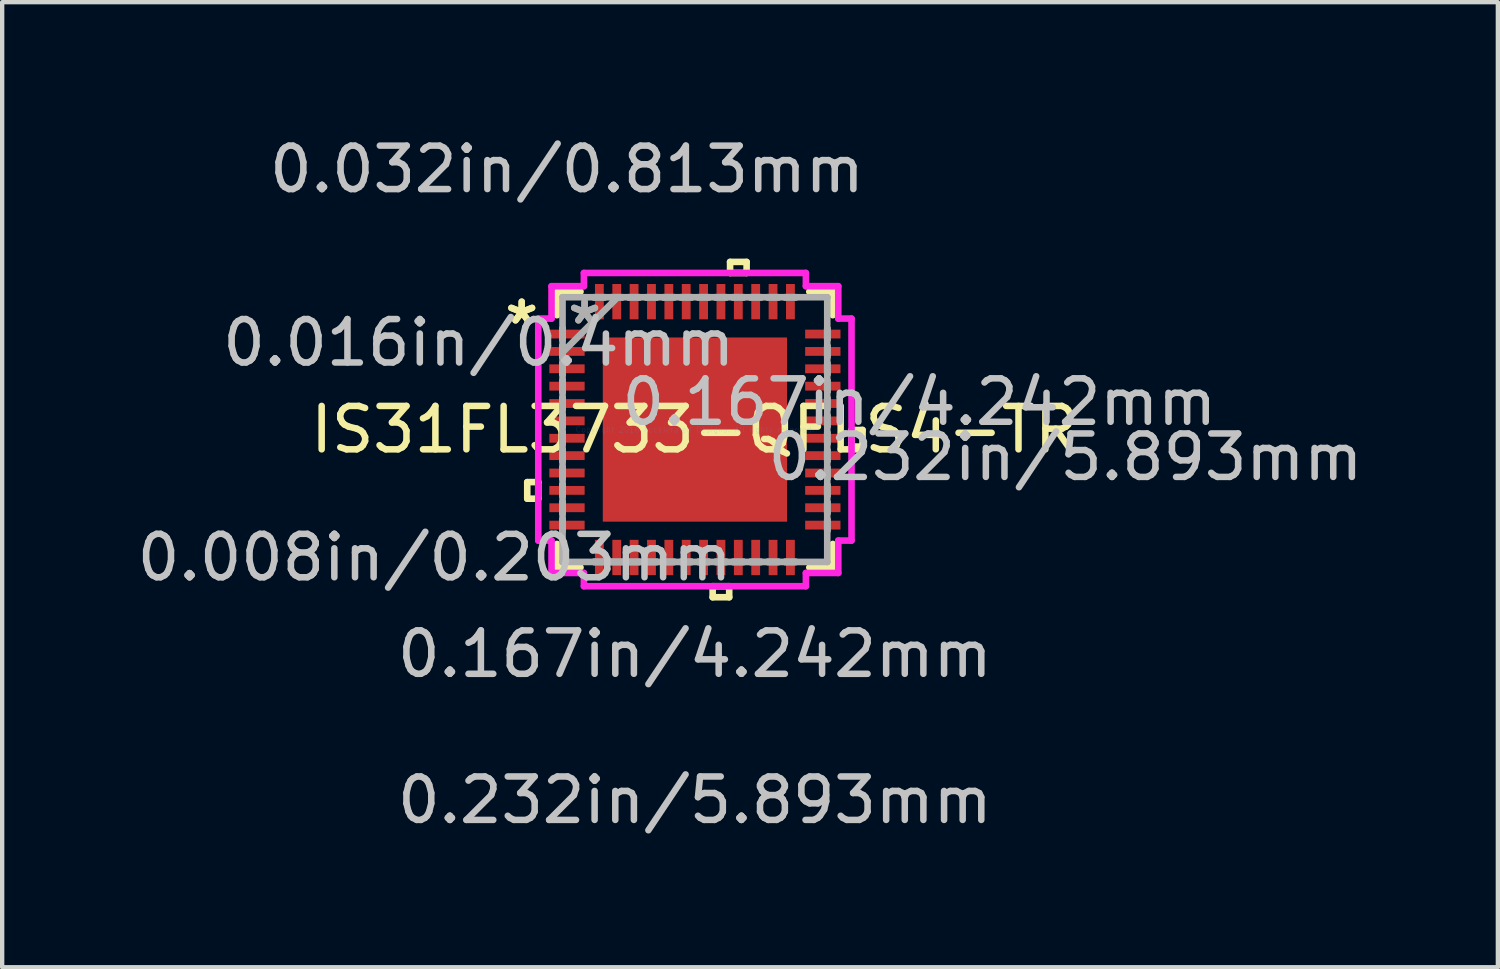
<source format=kicad_pcb>
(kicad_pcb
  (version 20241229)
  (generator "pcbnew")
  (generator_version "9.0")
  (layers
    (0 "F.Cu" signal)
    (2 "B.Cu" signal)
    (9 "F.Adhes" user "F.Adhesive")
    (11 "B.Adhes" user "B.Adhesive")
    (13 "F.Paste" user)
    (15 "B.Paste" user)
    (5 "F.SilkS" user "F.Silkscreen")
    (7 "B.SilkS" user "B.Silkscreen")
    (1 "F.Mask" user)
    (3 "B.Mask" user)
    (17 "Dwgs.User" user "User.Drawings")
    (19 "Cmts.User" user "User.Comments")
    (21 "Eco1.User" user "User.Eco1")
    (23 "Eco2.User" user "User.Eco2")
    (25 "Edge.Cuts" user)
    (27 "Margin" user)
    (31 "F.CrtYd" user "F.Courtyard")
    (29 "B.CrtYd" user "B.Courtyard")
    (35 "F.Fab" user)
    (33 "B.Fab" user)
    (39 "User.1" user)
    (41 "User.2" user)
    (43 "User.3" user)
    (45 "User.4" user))
  (footprint "IS31FL3733-QFLS4-TR"
    (layer "F.Cu")
    (at 12.953 6.843)
    (property "Reference" "IS31FL3733-QFLS4-TR" (at 0 0 0) (layer "F.SilkS") (effects (font (size 1 1) (thickness 0.15))))
    (attr through_hole)
    (fp_line (start -3.861 1.21) (end -3.861 1.591) (stroke (width 0.152) (type solid)) (layer "F.SilkS"))
    (fp_line (start -3.861 1.591) (end -3.607 1.591) (stroke (width 0.152) (type solid)) (layer "F.SilkS"))
    (fp_line (start -3.607 1.21) (end -3.861 1.21) (stroke (width 0.152) (type solid)) (layer "F.SilkS"))
    (fp_line (start -3.607 1.591) (end -3.607 1.21) (stroke (width 0.152) (type solid)) (layer "F.SilkS"))
    (fp_line (start -3.175 -3.175) (end -3.175 -2.634) (stroke (width 0.152) (type solid)) (layer "F.SilkS"))
    (fp_line (start -3.175 2.634) (end -3.175 3.175) (stroke (width 0.152) (type solid)) (layer "F.SilkS"))
    (fp_line (start -3.175 3.175) (end -2.634 3.175) (stroke (width 0.152) (type solid)) (layer "F.SilkS"))
    (fp_line (start -2.634 -3.175) (end -3.175 -3.175) (stroke (width 0.152) (type solid)) (layer "F.SilkS"))
    (fp_line (start 0.409 3.607) (end 0.409 3.861) (stroke (width 0.152) (type solid)) (layer "F.SilkS"))
    (fp_line (start 0.409 3.861) (end 0.79 3.861) (stroke (width 0.152) (type solid)) (layer "F.SilkS"))
    (fp_line (start 0.79 3.607) (end 0.409 3.607) (stroke (width 0.152) (type solid)) (layer "F.SilkS"))
    (fp_line (start 0.79 3.861) (end 0.79 3.607) (stroke (width 0.152) (type solid)) (layer "F.SilkS"))
    (fp_line (start 0.81 -3.861) (end 1.191 -3.861) (stroke (width 0.152) (type solid)) (layer "F.SilkS"))
    (fp_line (start 0.81 -3.607) (end 0.81 -3.861) (stroke (width 0.152) (type solid)) (layer "F.SilkS"))
    (fp_line (start 1.191 -3.861) (end 1.191 -3.607) (stroke (width 0.152) (type solid)) (layer "F.SilkS"))
    (fp_line (start 1.191 -3.607) (end 0.81 -3.607) (stroke (width 0.152) (type solid)) (layer "F.SilkS"))
    (fp_line (start 2.634 3.175) (end 3.175 3.175) (stroke (width 0.152) (type solid)) (layer "F.SilkS"))
    (fp_line (start 3.175 -3.175) (end 2.634 -3.175) (stroke (width 0.152) (type solid)) (layer "F.SilkS"))
    (fp_line (start 3.175 -2.634) (end 3.175 -3.175) (stroke (width 0.152) (type solid)) (layer "F.SilkS"))
    (fp_line (start 3.175 3.175) (end 3.175 2.634) (stroke (width 0.152) (type solid)) (layer "F.SilkS"))
    (fp_line (start 3.607 0.009) (end 3.861 0.009) (stroke (width 0.152) (type solid)) (layer "F.SilkS"))
    (fp_line (start 3.607 0.391) (end 3.607 0.009) (stroke (width 0.152) (type solid)) (layer "F.SilkS"))
    (fp_line (start 3.861 0.009) (end 3.861 0.391) (stroke (width 0.152) (type solid)) (layer "F.SilkS"))
    (fp_line (start 3.861 0.391) (end 3.607 0.391) (stroke (width 0.152) (type solid)) (layer "F.SilkS"))
    (fp_line (start -2.021 -2.021) (end -2.021 -0.807) (stroke (width 0.152) (type solid)) (layer "F.Paste"))
    (fp_line (start -2.021 -0.807) (end -0.807 -0.807) (stroke (width 0.152) (type solid)) (layer "F.Paste"))
    (fp_line (start -2.021 -0.607) (end -2.021 0.607) (stroke (width 0.152) (type solid)) (layer "F.Paste"))
    (fp_line (start -2.021 0.607) (end -0.807 0.607) (stroke (width 0.152) (type solid)) (layer "F.Paste"))
    (fp_line (start -2.021 0.807) (end -2.021 2.021) (stroke (width 0.152) (type solid)) (layer "F.Paste"))
    (fp_line (start -2.021 2.021) (end -0.807 2.021) (stroke (width 0.152) (type solid)) (layer "F.Paste"))
    (fp_line (start -0.807 -2.021) (end -2.021 -2.021) (stroke (width 0.152) (type solid)) (layer "F.Paste"))
    (fp_line (start -0.807 -0.807) (end -0.807 -2.021) (stroke (width 0.152) (type solid)) (layer "F.Paste"))
    (fp_line (start -0.807 -0.607) (end -2.021 -0.607) (stroke (width 0.152) (type solid)) (layer "F.Paste"))
    (fp_line (start -0.807 0.607) (end -0.807 -0.607) (stroke (width 0.152) (type solid)) (layer "F.Paste"))
    (fp_line (start -0.807 0.807) (end -2.021 0.807) (stroke (width 0.152) (type solid)) (layer "F.Paste"))
    (fp_line (start -0.807 2.021) (end -0.807 0.807) (stroke (width 0.152) (type solid)) (layer "F.Paste"))
    (fp_line (start -0.607 -2.021) (end -0.607 -0.807) (stroke (width 0.152) (type solid)) (layer "F.Paste"))
    (fp_line (start -0.607 -0.807) (end 0.607 -0.807) (stroke (width 0.152) (type solid)) (layer "F.Paste"))
    (fp_line (start -0.607 -0.607) (end -0.607 0.607) (stroke (width 0.152) (type solid)) (layer "F.Paste"))
    (fp_line (start -0.607 0.607) (end 0.607 0.607) (stroke (width 0.152) (type solid)) (layer "F.Paste"))
    (fp_line (start -0.607 0.807) (end -0.607 2.021) (stroke (width 0.152) (type solid)) (layer "F.Paste"))
    (fp_line (start -0.607 2.021) (end 0.607 2.021) (stroke (width 0.152) (type solid)) (layer "F.Paste"))
    (fp_line (start 0.607 -2.021) (end -0.607 -2.021) (stroke (width 0.152) (type solid)) (layer "F.Paste"))
    (fp_line (start 0.607 -0.807) (end 0.607 -2.021) (stroke (width 0.152) (type solid)) (layer "F.Paste"))
    (fp_line (start 0.607 -0.607) (end -0.607 -0.607) (stroke (width 0.152) (type solid)) (layer "F.Paste"))
    (fp_line (start 0.607 0.607) (end 0.607 -0.607) (stroke (width 0.152) (type solid)) (layer "F.Paste"))
    (fp_line (start 0.607 0.807) (end -0.607 0.807) (stroke (width 0.152) (type solid)) (layer "F.Paste"))
    (fp_line (start 0.607 2.021) (end 0.607 0.807) (stroke (width 0.152) (type solid)) (layer "F.Paste"))
    (fp_line (start 0.807 -2.021) (end 0.807 -0.807) (stroke (width 0.152) (type solid)) (layer "F.Paste"))
    (fp_line (start 0.807 -0.807) (end 2.021 -0.807) (stroke (width 0.152) (type solid)) (layer "F.Paste"))
    (fp_line (start 0.807 -0.607) (end 0.807 0.607) (stroke (width 0.152) (type solid)) (layer "F.Paste"))
    (fp_line (start 0.807 0.607) (end 2.021 0.607) (stroke (width 0.152) (type solid)) (layer "F.Paste"))
    (fp_line (start 0.807 0.807) (end 0.807 2.021) (stroke (width 0.152) (type solid)) (layer "F.Paste"))
    (fp_line (start 0.807 2.021) (end 2.021 2.021) (stroke (width 0.152) (type solid)) (layer "F.Paste"))
    (fp_line (start 2.021 -2.021) (end 0.807 -2.021) (stroke (width 0.152) (type solid)) (layer "F.Paste"))
    (fp_line (start 2.021 -0.807) (end 2.021 -2.021) (stroke (width 0.152) (type solid)) (layer "F.Paste"))
    (fp_line (start 2.021 -0.607) (end 0.807 -0.607) (stroke (width 0.152) (type solid)) (layer "F.Paste"))
    (fp_line (start 2.021 0.607) (end 2.021 -0.607) (stroke (width 0.152) (type solid)) (layer "F.Paste"))
    (fp_line (start 2.021 0.807) (end 0.807 0.807) (stroke (width 0.152) (type solid)) (layer "F.Paste"))
    (fp_line (start 2.021 2.021) (end 2.021 0.807) (stroke (width 0.152) (type solid)) (layer "F.Paste"))
    (fp_line (start -3.607 -2.556) (end -3.302 -2.556) (stroke (width 0.152) (type solid)) (layer "F.CrtYd"))
    (fp_line (start -3.607 2.556) (end -3.607 -2.556) (stroke (width 0.152) (type solid)) (layer "F.CrtYd"))
    (fp_line (start -3.302 -3.302) (end -2.556 -3.302) (stroke (width 0.152) (type solid)) (layer "F.CrtYd"))
    (fp_line (start -3.302 -2.556) (end -3.302 -3.302) (stroke (width 0.152) (type solid)) (layer "F.CrtYd"))
    (fp_line (start -3.302 2.556) (end -3.607 2.556) (stroke (width 0.152) (type solid)) (layer "F.CrtYd"))
    (fp_line (start -3.302 3.302) (end -3.302 2.556) (stroke (width 0.152) (type solid)) (layer "F.CrtYd"))
    (fp_line (start -2.556 -3.607) (end 2.556 -3.607) (stroke (width 0.152) (type solid)) (layer "F.CrtYd"))
    (fp_line (start -2.556 -3.302) (end -2.556 -3.607) (stroke (width 0.152) (type solid)) (layer "F.CrtYd"))
    (fp_line (start -2.556 3.302) (end -3.302 3.302) (stroke (width 0.152) (type solid)) (layer "F.CrtYd"))
    (fp_line (start -2.556 3.607) (end -2.556 3.302) (stroke (width 0.152) (type solid)) (layer "F.CrtYd"))
    (fp_line (start 2.556 -3.607) (end 2.556 -3.302) (stroke (width 0.152) (type solid)) (layer "F.CrtYd"))
    (fp_line (start 2.556 -3.302) (end 3.302 -3.302) (stroke (width 0.152) (type solid)) (layer "F.CrtYd"))
    (fp_line (start 2.556 3.302) (end 2.556 3.607) (stroke (width 0.152) (type solid)) (layer "F.CrtYd"))
    (fp_line (start 2.556 3.607) (end -2.556 3.607) (stroke (width 0.152) (type solid)) (layer "F.CrtYd"))
    (fp_line (start 3.302 -3.302) (end 3.302 -2.556) (stroke (width 0.152) (type solid)) (layer "F.CrtYd"))
    (fp_line (start 3.302 -2.556) (end 3.607 -2.556) (stroke (width 0.152) (type solid)) (layer "F.CrtYd"))
    (fp_line (start 3.302 2.556) (end 3.302 3.302) (stroke (width 0.152) (type solid)) (layer "F.CrtYd"))
    (fp_line (start 3.302 3.302) (end 2.556 3.302) (stroke (width 0.152) (type solid)) (layer "F.CrtYd"))
    (fp_line (start 3.607 -2.556) (end 3.607 2.556) (stroke (width 0.152) (type solid)) (layer "F.CrtYd"))
    (fp_line (start 3.607 2.556) (end 3.302 2.556) (stroke (width 0.152) (type solid)) (layer "F.CrtYd"))
    (fp_line (start -3.048 -3.048) (end -3.048 -3.048) (stroke (width 0.152) (type solid)) (layer "F.Fab"))
    (fp_line (start -3.048 -3.048) (end -3.048 3.048) (stroke (width 0.152) (type solid)) (layer "F.Fab"))
    (fp_line (start -3.048 -2.327) (end -3.048 -2.327) (stroke (width 0.152) (type solid)) (layer "F.Fab"))
    (fp_line (start -3.048 -2.327) (end -3.048 -2.073) (stroke (width 0.152) (type solid)) (layer "F.Fab"))
    (fp_line (start -3.048 -2.073) (end -3.048 -2.327) (stroke (width 0.152) (type solid)) (layer "F.Fab"))
    (fp_line (start -3.048 -2.073) (end -3.048 -2.073) (stroke (width 0.152) (type solid)) (layer "F.Fab"))
    (fp_line (start -3.048 -1.927) (end -3.048 -1.927) (stroke (width 0.152) (type solid)) (layer "F.Fab"))
    (fp_line (start -3.048 -1.927) (end -3.048 -1.673) (stroke (width 0.152) (type solid)) (layer "F.Fab"))
    (fp_line (start -3.048 -1.778) (end -1.778 -3.048) (stroke (width 0.152) (type solid)) (layer "F.Fab"))
    (fp_line (start -3.048 -1.673) (end -3.048 -1.927) (stroke (width 0.152) (type solid)) (layer "F.Fab"))
    (fp_line (start -3.048 -1.673) (end -3.048 -1.673) (stroke (width 0.152) (type solid)) (layer "F.Fab"))
    (fp_line (start -3.048 -1.527) (end -3.048 -1.527) (stroke (width 0.152) (type solid)) (layer "F.Fab"))
    (fp_line (start -3.048 -1.527) (end -3.048 -1.273) (stroke (width 0.152) (type solid)) (layer "F.Fab"))
    (fp_line (start -3.048 -1.273) (end -3.048 -1.527) (stroke (width 0.152) (type solid)) (layer "F.Fab"))
    (fp_line (start -3.048 -1.273) (end -3.048 -1.273) (stroke (width 0.152) (type solid)) (layer "F.Fab"))
    (fp_line (start -3.048 -1.127) (end -3.048 -1.127) (stroke (width 0.152) (type solid)) (layer "F.Fab"))
    (fp_line (start -3.048 -1.127) (end -3.048 -0.873) (stroke (width 0.152) (type solid)) (layer "F.Fab"))
    (fp_line (start -3.048 -0.873) (end -3.048 -1.127) (stroke (width 0.152) (type solid)) (layer "F.Fab"))
    (fp_line (start -3.048 -0.873) (end -3.048 -0.873) (stroke (width 0.152) (type solid)) (layer "F.Fab"))
    (fp_line (start -3.048 -0.727) (end -3.048 -0.727) (stroke (width 0.152) (type solid)) (layer "F.Fab"))
    (fp_line (start -3.048 -0.727) (end -3.048 -0.473) (stroke (width 0.152) (type solid)) (layer "F.Fab"))
    (fp_line (start -3.048 -0.473) (end -3.048 -0.727) (stroke (width 0.152) (type solid)) (layer "F.Fab"))
    (fp_line (start -3.048 -0.473) (end -3.048 -0.473) (stroke (width 0.152) (type solid)) (layer "F.Fab"))
    (fp_line (start -3.048 -0.327) (end -3.048 -0.327) (stroke (width 0.152) (type solid)) (layer "F.Fab"))
    (fp_line (start -3.048 -0.327) (end -3.048 -0.073) (stroke (width 0.152) (type solid)) (layer "F.Fab"))
    (fp_line (start -3.048 -0.073) (end -3.048 -0.327) (stroke (width 0.152) (type solid)) (layer "F.Fab"))
    (fp_line (start -3.048 -0.073) (end -3.048 -0.073) (stroke (width 0.152) (type solid)) (layer "F.Fab"))
    (fp_line (start -3.048 0.073) (end -3.048 0.073) (stroke (width 0.152) (type solid)) (layer "F.Fab"))
    (fp_line (start -3.048 0.073) (end -3.048 0.327) (stroke (width 0.152) (type solid)) (layer "F.Fab"))
    (fp_line (start -3.048 0.327) (end -3.048 0.073) (stroke (width 0.152) (type solid)) (layer "F.Fab"))
    (fp_line (start -3.048 0.327) (end -3.048 0.327) (stroke (width 0.152) (type solid)) (layer "F.Fab"))
    (fp_line (start -3.048 0.473) (end -3.048 0.473) (stroke (width 0.152) (type solid)) (layer "F.Fab"))
    (fp_line (start -3.048 0.473) (end -3.048 0.727) (stroke (width 0.152) (type solid)) (layer "F.Fab"))
    (fp_line (start -3.048 0.727) (end -3.048 0.473) (stroke (width 0.152) (type solid)) (layer "F.Fab"))
    (fp_line (start -3.048 0.727) (end -3.048 0.727) (stroke (width 0.152) (type solid)) (layer "F.Fab"))
    (fp_line (start -3.048 0.873) (end -3.048 0.873) (stroke (width 0.152) (type solid)) (layer "F.Fab"))
    (fp_line (start -3.048 0.873) (end -3.048 1.127) (stroke (width 0.152) (type solid)) (layer "F.Fab"))
    (fp_line (start -3.048 1.127) (end -3.048 0.873) (stroke (width 0.152) (type solid)) (layer "F.Fab"))
    (fp_line (start -3.048 1.127) (end -3.048 1.127) (stroke (width 0.152) (type solid)) (layer "F.Fab"))
    (fp_line (start -3.048 1.273) (end -3.048 1.273) (stroke (width 0.152) (type solid)) (layer "F.Fab"))
    (fp_line (start -3.048 1.273) (end -3.048 1.527) (stroke (width 0.152) (type solid)) (layer "F.Fab"))
    (fp_line (start -3.048 1.527) (end -3.048 1.273) (stroke (width 0.152) (type solid)) (layer "F.Fab"))
    (fp_line (start -3.048 1.527) (end -3.048 1.527) (stroke (width 0.152) (type solid)) (layer "F.Fab"))
    (fp_line (start -3.048 1.673) (end -3.048 1.673) (stroke (width 0.152) (type solid)) (layer "F.Fab"))
    (fp_line (start -3.048 1.673) (end -3.048 1.927) (stroke (width 0.152) (type solid)) (layer "F.Fab"))
    (fp_line (start -3.048 1.927) (end -3.048 1.673) (stroke (width 0.152) (type solid)) (layer "F.Fab"))
    (fp_line (start -3.048 1.927) (end -3.048 1.927) (stroke (width 0.152) (type solid)) (layer "F.Fab"))
    (fp_line (start -3.048 2.073) (end -3.048 2.073) (stroke (width 0.152) (type solid)) (layer "F.Fab"))
    (fp_line (start -3.048 2.073) (end -3.048 2.327) (stroke (width 0.152) (type solid)) (layer "F.Fab"))
    (fp_line (start -3.048 2.327) (end -3.048 2.073) (stroke (width 0.152) (type solid)) (layer "F.Fab"))
    (fp_line (start -3.048 2.327) (end -3.048 2.327) (stroke (width 0.152) (type solid)) (layer "F.Fab"))
    (fp_line (start -3.048 3.048) (end -3.048 3.048) (stroke (width 0.152) (type solid)) (layer "F.Fab"))
    (fp_line (start -3.048 3.048) (end 3.048 3.048) (stroke (width 0.152) (type solid)) (layer "F.Fab"))
    (fp_line (start -2.327 -3.048) (end -2.327 -3.048) (stroke (width 0.152) (type solid)) (layer "F.Fab"))
    (fp_line (start -2.327 -3.048) (end -2.073 -3.048) (stroke (width 0.152) (type solid)) (layer "F.Fab"))
    (fp_line (start -2.327 3.048) (end -2.327 3.048) (stroke (width 0.152) (type solid)) (layer "F.Fab"))
    (fp_line (start -2.327 3.048) (end -2.073 3.048) (stroke (width 0.152) (type solid)) (layer "F.Fab"))
    (fp_line (start -2.073 -3.048) (end -2.327 -3.048) (stroke (width 0.152) (type solid)) (layer "F.Fab"))
    (fp_line (start -2.073 -3.048) (end -2.073 -3.048) (stroke (width 0.152) (type solid)) (layer "F.Fab"))
    (fp_line (start -2.073 3.048) (end -2.327 3.048) (stroke (width 0.152) (type solid)) (layer "F.Fab"))
    (fp_line (start -2.073 3.048) (end -2.073 3.048) (stroke (width 0.152) (type solid)) (layer "F.Fab"))
    (fp_line (start -1.927 -3.048) (end -1.927 -3.048) (stroke (width 0.152) (type solid)) (layer "F.Fab"))
    (fp_line (start -1.927 -3.048) (end -1.673 -3.048) (stroke (width 0.152) (type solid)) (layer "F.Fab"))
    (fp_line (start -1.927 3.048) (end -1.927 3.048) (stroke (width 0.152) (type solid)) (layer "F.Fab"))
    (fp_line (start -1.927 3.048) (end -1.673 3.048) (stroke (width 0.152) (type solid)) (layer "F.Fab"))
    (fp_line (start -1.673 -3.048) (end -1.927 -3.048) (stroke (width 0.152) (type solid)) (layer "F.Fab"))
    (fp_line (start -1.673 -3.048) (end -1.673 -3.048) (stroke (width 0.152) (type solid)) (layer "F.Fab"))
    (fp_line (start -1.673 3.048) (end -1.927 3.048) (stroke (width 0.152) (type solid)) (layer "F.Fab"))
    (fp_line (start -1.673 3.048) (end -1.673 3.048) (stroke (width 0.152) (type solid)) (layer "F.Fab"))
    (fp_line (start -1.527 -3.048) (end -1.527 -3.048) (stroke (width 0.152) (type solid)) (layer "F.Fab"))
    (fp_line (start -1.527 -3.048) (end -1.273 -3.048) (stroke (width 0.152) (type solid)) (layer "F.Fab"))
    (fp_line (start -1.527 3.048) (end -1.527 3.048) (stroke (width 0.152) (type solid)) (layer "F.Fab"))
    (fp_line (start -1.527 3.048) (end -1.273 3.048) (stroke (width 0.152) (type solid)) (layer "F.Fab"))
    (fp_line (start -1.273 -3.048) (end -1.527 -3.048) (stroke (width 0.152) (type solid)) (layer "F.Fab"))
    (fp_line (start -1.273 -3.048) (end -1.273 -3.048) (stroke (width 0.152) (type solid)) (layer "F.Fab"))
    (fp_line (start -1.273 3.048) (end -1.527 3.048) (stroke (width 0.152) (type solid)) (layer "F.Fab"))
    (fp_line (start -1.273 3.048) (end -1.273 3.048) (stroke (width 0.152) (type solid)) (layer "F.Fab"))
    (fp_line (start -1.127 -3.048) (end -1.127 -3.048) (stroke (width 0.152) (type solid)) (layer "F.Fab"))
    (fp_line (start -1.127 -3.048) (end -0.873 -3.048) (stroke (width 0.152) (type solid)) (layer "F.Fab"))
    (fp_line (start -1.127 3.048) (end -1.127 3.048) (stroke (width 0.152) (type solid)) (layer "F.Fab"))
    (fp_line (start -1.127 3.048) (end -0.873 3.048) (stroke (width 0.152) (type solid)) (layer "F.Fab"))
    (fp_line (start -0.873 -3.048) (end -1.127 -3.048) (stroke (width 0.152) (type solid)) (layer "F.Fab"))
    (fp_line (start -0.873 -3.048) (end -0.873 -3.048) (stroke (width 0.152) (type solid)) (layer "F.Fab"))
    (fp_line (start -0.873 3.048) (end -1.127 3.048) (stroke (width 0.152) (type solid)) (layer "F.Fab"))
    (fp_line (start -0.873 3.048) (end -0.873 3.048) (stroke (width 0.152) (type solid)) (layer "F.Fab"))
    (fp_line (start -0.727 -3.048) (end -0.727 -3.048) (stroke (width 0.152) (type solid)) (layer "F.Fab"))
    (fp_line (start -0.727 -3.048) (end -0.473 -3.048) (stroke (width 0.152) (type solid)) (layer "F.Fab"))
    (fp_line (start -0.727 3.048) (end -0.727 3.048) (stroke (width 0.152) (type solid)) (layer "F.Fab"))
    (fp_line (start -0.727 3.048) (end -0.473 3.048) (stroke (width 0.152) (type solid)) (layer "F.Fab"))
    (fp_line (start -0.473 -3.048) (end -0.727 -3.048) (stroke (width 0.152) (type solid)) (layer "F.Fab"))
    (fp_line (start -0.473 -3.048) (end -0.473 -3.048) (stroke (width 0.152) (type solid)) (layer "F.Fab"))
    (fp_line (start -0.473 3.048) (end -0.727 3.048) (stroke (width 0.152) (type solid)) (layer "F.Fab"))
    (fp_line (start -0.473 3.048) (end -0.473 3.048) (stroke (width 0.152) (type solid)) (layer "F.Fab"))
    (fp_line (start -0.327 -3.048) (end -0.327 -3.048) (stroke (width 0.152) (type solid)) (layer "F.Fab"))
    (fp_line (start -0.327 -3.048) (end -0.073 -3.048) (stroke (width 0.152) (type solid)) (layer "F.Fab"))
    (fp_line (start -0.327 3.048) (end -0.327 3.048) (stroke (width 0.152) (type solid)) (layer "F.Fab"))
    (fp_line (start -0.327 3.048) (end -0.073 3.048) (stroke (width 0.152) (type solid)) (layer "F.Fab"))
    (fp_line (start -0.073 -3.048) (end -0.327 -3.048) (stroke (width 0.152) (type solid)) (layer "F.Fab"))
    (fp_line (start -0.073 -3.048) (end -0.073 -3.048) (stroke (width 0.152) (type solid)) (layer "F.Fab"))
    (fp_line (start -0.073 3.048) (end -0.327 3.048) (stroke (width 0.152) (type solid)) (layer "F.Fab"))
    (fp_line (start -0.073 3.048) (end -0.073 3.048) (stroke (width 0.152) (type solid)) (layer "F.Fab"))
    (fp_line (start 0.073 -3.048) (end 0.073 -3.048) (stroke (width 0.152) (type solid)) (layer "F.Fab"))
    (fp_line (start 0.073 -3.048) (end 0.327 -3.048) (stroke (width 0.152) (type solid)) (layer "F.Fab"))
    (fp_line (start 0.073 3.048) (end 0.073 3.048) (stroke (width 0.152) (type solid)) (layer "F.Fab"))
    (fp_line (start 0.073 3.048) (end 0.327 3.048) (stroke (width 0.152) (type solid)) (layer "F.Fab"))
    (fp_line (start 0.327 -3.048) (end 0.073 -3.048) (stroke (width 0.152) (type solid)) (layer "F.Fab"))
    (fp_line (start 0.327 -3.048) (end 0.327 -3.048) (stroke (width 0.152) (type solid)) (layer "F.Fab"))
    (fp_line (start 0.327 3.048) (end 0.073 3.048) (stroke (width 0.152) (type solid)) (layer "F.Fab"))
    (fp_line (start 0.327 3.048) (end 0.327 3.048) (stroke (width 0.152) (type solid)) (layer "F.Fab"))
    (fp_line (start 0.473 -3.048) (end 0.473 -3.048) (stroke (width 0.152) (type solid)) (layer "F.Fab"))
    (fp_line (start 0.473 -3.048) (end 0.727 -3.048) (stroke (width 0.152) (type solid)) (layer "F.Fab"))
    (fp_line (start 0.473 3.048) (end 0.473 3.048) (stroke (width 0.152) (type solid)) (layer "F.Fab"))
    (fp_line (start 0.473 3.048) (end 0.727 3.048) (stroke (width 0.152) (type solid)) (layer "F.Fab"))
    (fp_line (start 0.727 -3.048) (end 0.473 -3.048) (stroke (width 0.152) (type solid)) (layer "F.Fab"))
    (fp_line (start 0.727 -3.048) (end 0.727 -3.048) (stroke (width 0.152) (type solid)) (layer "F.Fab"))
    (fp_line (start 0.727 3.048) (end 0.473 3.048) (stroke (width 0.152) (type solid)) (layer "F.Fab"))
    (fp_line (start 0.727 3.048) (end 0.727 3.048) (stroke (width 0.152) (type solid)) (layer "F.Fab"))
    (fp_line (start 0.873 -3.048) (end 0.873 -3.048) (stroke (width 0.152) (type solid)) (layer "F.Fab"))
    (fp_line (start 0.873 -3.048) (end 1.127 -3.048) (stroke (width 0.152) (type solid)) (layer "F.Fab"))
    (fp_line (start 0.873 3.048) (end 0.873 3.048) (stroke (width 0.152) (type solid)) (layer "F.Fab"))
    (fp_line (start 0.873 3.048) (end 1.127 3.048) (stroke (width 0.152) (type solid)) (layer "F.Fab"))
    (fp_line (start 1.127 -3.048) (end 0.873 -3.048) (stroke (width 0.152) (type solid)) (layer "F.Fab"))
    (fp_line (start 1.127 -3.048) (end 1.127 -3.048) (stroke (width 0.152) (type solid)) (layer "F.Fab"))
    (fp_line (start 1.127 3.048) (end 0.873 3.048) (stroke (width 0.152) (type solid)) (layer "F.Fab"))
    (fp_line (start 1.127 3.048) (end 1.127 3.048) (stroke (width 0.152) (type solid)) (layer "F.Fab"))
    (fp_line (start 1.273 -3.048) (end 1.273 -3.048) (stroke (width 0.152) (type solid)) (layer "F.Fab"))
    (fp_line (start 1.273 -3.048) (end 1.527 -3.048) (stroke (width 0.152) (type solid)) (layer "F.Fab"))
    (fp_line (start 1.273 3.048) (end 1.273 3.048) (stroke (width 0.152) (type solid)) (layer "F.Fab"))
    (fp_line (start 1.273 3.048) (end 1.527 3.048) (stroke (width 0.152) (type solid)) (layer "F.Fab"))
    (fp_line (start 1.527 -3.048) (end 1.273 -3.048) (stroke (width 0.152) (type solid)) (layer "F.Fab"))
    (fp_line (start 1.527 -3.048) (end 1.527 -3.048) (stroke (width 0.152) (type solid)) (layer "F.Fab"))
    (fp_line (start 1.527 3.048) (end 1.273 3.048) (stroke (width 0.152) (type solid)) (layer "F.Fab"))
    (fp_line (start 1.527 3.048) (end 1.527 3.048) (stroke (width 0.152) (type solid)) (layer "F.Fab"))
    (fp_line (start 1.673 -3.048) (end 1.673 -3.048) (stroke (width 0.152) (type solid)) (layer "F.Fab"))
    (fp_line (start 1.673 -3.048) (end 1.927 -3.048) (stroke (width 0.152) (type solid)) (layer "F.Fab"))
    (fp_line (start 1.673 3.048) (end 1.673 3.048) (stroke (width 0.152) (type solid)) (layer "F.Fab"))
    (fp_line (start 1.673 3.048) (end 1.927 3.048) (stroke (width 0.152) (type solid)) (layer "F.Fab"))
    (fp_line (start 1.927 -3.048) (end 1.673 -3.048) (stroke (width 0.152) (type solid)) (layer "F.Fab"))
    (fp_line (start 1.927 -3.048) (end 1.927 -3.048) (stroke (width 0.152) (type solid)) (layer "F.Fab"))
    (fp_line (start 1.927 3.048) (end 1.673 3.048) (stroke (width 0.152) (type solid)) (layer "F.Fab"))
    (fp_line (start 1.927 3.048) (end 1.927 3.048) (stroke (width 0.152) (type solid)) (layer "F.Fab"))
    (fp_line (start 2.073 -3.048) (end 2.073 -3.048) (stroke (width 0.152) (type solid)) (layer "F.Fab"))
    (fp_line (start 2.073 -3.048) (end 2.327 -3.048) (stroke (width 0.152) (type solid)) (layer "F.Fab"))
    (fp_line (start 2.073 3.048) (end 2.073 3.048) (stroke (width 0.152) (type solid)) (layer "F.Fab"))
    (fp_line (start 2.073 3.048) (end 2.327 3.048) (stroke (width 0.152) (type solid)) (layer "F.Fab"))
    (fp_line (start 2.327 -3.048) (end 2.073 -3.048) (stroke (width 0.152) (type solid)) (layer "F.Fab"))
    (fp_line (start 2.327 -3.048) (end 2.327 -3.048) (stroke (width 0.152) (type solid)) (layer "F.Fab"))
    (fp_line (start 2.327 3.048) (end 2.073 3.048) (stroke (width 0.152) (type solid)) (layer "F.Fab"))
    (fp_line (start 2.327 3.048) (end 2.327 3.048) (stroke (width 0.152) (type solid)) (layer "F.Fab"))
    (fp_line (start 3.048 -3.048) (end -3.048 -3.048) (stroke (width 0.152) (type solid)) (layer "F.Fab"))
    (fp_line (start 3.048 -3.048) (end 3.048 -3.048) (stroke (width 0.152) (type solid)) (layer "F.Fab"))
    (fp_line (start 3.048 -2.327) (end 3.048 -2.327) (stroke (width 0.152) (type solid)) (layer "F.Fab"))
    (fp_line (start 3.048 -2.327) (end 3.048 -2.073) (stroke (width 0.152) (type solid)) (layer "F.Fab"))
    (fp_line (start 3.048 -2.073) (end 3.048 -2.327) (stroke (width 0.152) (type solid)) (layer "F.Fab"))
    (fp_line (start 3.048 -2.073) (end 3.048 -2.073) (stroke (width 0.152) (type solid)) (layer "F.Fab"))
    (fp_line (start 3.048 -1.927) (end 3.048 -1.927) (stroke (width 0.152) (type solid)) (layer "F.Fab"))
    (fp_line (start 3.048 -1.927) (end 3.048 -1.673) (stroke (width 0.152) (type solid)) (layer "F.Fab"))
    (fp_line (start 3.048 -1.673) (end 3.048 -1.927) (stroke (width 0.152) (type solid)) (layer "F.Fab"))
    (fp_line (start 3.048 -1.673) (end 3.048 -1.673) (stroke (width 0.152) (type solid)) (layer "F.Fab"))
    (fp_line (start 3.048 -1.527) (end 3.048 -1.527) (stroke (width 0.152) (type solid)) (layer "F.Fab"))
    (fp_line (start 3.048 -1.527) (end 3.048 -1.273) (stroke (width 0.152) (type solid)) (layer "F.Fab"))
    (fp_line (start 3.048 -1.273) (end 3.048 -1.527) (stroke (width 0.152) (type solid)) (layer "F.Fab"))
    (fp_line (start 3.048 -1.273) (end 3.048 -1.273) (stroke (width 0.152) (type solid)) (layer "F.Fab"))
    (fp_line (start 3.048 -1.127) (end 3.048 -1.127) (stroke (width 0.152) (type solid)) (layer "F.Fab"))
    (fp_line (start 3.048 -1.127) (end 3.048 -0.873) (stroke (width 0.152) (type solid)) (layer "F.Fab"))
    (fp_line (start 3.048 -0.873) (end 3.048 -1.127) (stroke (width 0.152) (type solid)) (layer "F.Fab"))
    (fp_line (start 3.048 -0.873) (end 3.048 -0.873) (stroke (width 0.152) (type solid)) (layer "F.Fab"))
    (fp_line (start 3.048 -0.727) (end 3.048 -0.727) (stroke (width 0.152) (type solid)) (layer "F.Fab"))
    (fp_line (start 3.048 -0.727) (end 3.048 -0.473) (stroke (width 0.152) (type solid)) (layer "F.Fab"))
    (fp_line (start 3.048 -0.473) (end 3.048 -0.727) (stroke (width 0.152) (type solid)) (layer "F.Fab"))
    (fp_line (start 3.048 -0.473) (end 3.048 -0.473) (stroke (width 0.152) (type solid)) (layer "F.Fab"))
    (fp_line (start 3.048 -0.327) (end 3.048 -0.327) (stroke (width 0.152) (type solid)) (layer "F.Fab"))
    (fp_line (start 3.048 -0.327) (end 3.048 -0.073) (stroke (width 0.152) (type solid)) (layer "F.Fab"))
    (fp_line (start 3.048 -0.073) (end 3.048 -0.327) (stroke (width 0.152) (type solid)) (layer "F.Fab"))
    (fp_line (start 3.048 -0.073) (end 3.048 -0.073) (stroke (width 0.152) (type solid)) (layer "F.Fab"))
    (fp_line (start 3.048 0.073) (end 3.048 0.073) (stroke (width 0.152) (type solid)) (layer "F.Fab"))
    (fp_line (start 3.048 0.073) (end 3.048 0.327) (stroke (width 0.152) (type solid)) (layer "F.Fab"))
    (fp_line (start 3.048 0.327) (end 3.048 0.073) (stroke (width 0.152) (type solid)) (layer "F.Fab"))
    (fp_line (start 3.048 0.327) (end 3.048 0.327) (stroke (width 0.152) (type solid)) (layer "F.Fab"))
    (fp_line (start 3.048 0.473) (end 3.048 0.473) (stroke (width 0.152) (type solid)) (layer "F.Fab"))
    (fp_line (start 3.048 0.473) (end 3.048 0.727) (stroke (width 0.152) (type solid)) (layer "F.Fab"))
    (fp_line (start 3.048 0.727) (end 3.048 0.473) (stroke (width 0.152) (type solid)) (layer "F.Fab"))
    (fp_line (start 3.048 0.727) (end 3.048 0.727) (stroke (width 0.152) (type solid)) (layer "F.Fab"))
    (fp_line (start 3.048 0.873) (end 3.048 0.873) (stroke (width 0.152) (type solid)) (layer "F.Fab"))
    (fp_line (start 3.048 0.873) (end 3.048 1.127) (stroke (width 0.152) (type solid)) (layer "F.Fab"))
    (fp_line (start 3.048 1.127) (end 3.048 0.873) (stroke (width 0.152) (type solid)) (layer "F.Fab"))
    (fp_line (start 3.048 1.127) (end 3.048 1.127) (stroke (width 0.152) (type solid)) (layer "F.Fab"))
    (fp_line (start 3.048 1.273) (end 3.048 1.273) (stroke (width 0.152) (type solid)) (layer "F.Fab"))
    (fp_line (start 3.048 1.273) (end 3.048 1.527) (stroke (width 0.152) (type solid)) (layer "F.Fab"))
    (fp_line (start 3.048 1.527) (end 3.048 1.273) (stroke (width 0.152) (type solid)) (layer "F.Fab"))
    (fp_line (start 3.048 1.527) (end 3.048 1.527) (stroke (width 0.152) (type solid)) (layer "F.Fab"))
    (fp_line (start 3.048 1.673) (end 3.048 1.673) (stroke (width 0.152) (type solid)) (layer "F.Fab"))
    (fp_line (start 3.048 1.673) (end 3.048 1.927) (stroke (width 0.152) (type solid)) (layer "F.Fab"))
    (fp_line (start 3.048 1.927) (end 3.048 1.673) (stroke (width 0.152) (type solid)) (layer "F.Fab"))
    (fp_line (start 3.048 1.927) (end 3.048 1.927) (stroke (width 0.152) (type solid)) (layer "F.Fab"))
    (fp_line (start 3.048 2.073) (end 3.048 2.073) (stroke (width 0.152) (type solid)) (layer "F.Fab"))
    (fp_line (start 3.048 2.073) (end 3.048 2.327) (stroke (width 0.152) (type solid)) (layer "F.Fab"))
    (fp_line (start 3.048 2.327) (end 3.048 2.073) (stroke (width 0.152) (type solid)) (layer "F.Fab"))
    (fp_line (start 3.048 2.327) (end 3.048 2.327) (stroke (width 0.152) (type solid)) (layer "F.Fab"))
    (fp_line (start 3.048 3.048) (end 3.048 -3.048) (stroke (width 0.152) (type solid)) (layer "F.Fab"))
    (fp_line (start 3.048 3.048) (end 3.048 3.048) (stroke (width 0.152) (type solid)) (layer "F.Fab"))
    (fp_text user "*" (at -3.988 -2.4 0) (layer "F.SilkS") (effects (font (size 1 1) (thickness 0.15))))
    (fp_text user "*" (at -3.988 -2.4 0) (layer "F.SilkS") (effects (font (size 1 1) (thickness 0.15))))
    (fp_text user "0.016in/0.4mm" (at -4.978 -2 0) (layer "Dwgs.User") (effects (font (size 1 1) (thickness 0.15))))
    (fp_text user "0.008in/0.203mm" (at -5.994 2.946 0) (layer "Dwgs.User") (effects (font (size 1 1) (thickness 0.15))))
    (fp_text user "0.167in/4.242mm" (at 0 5.169 0) (layer "Dwgs.User") (effects (font (size 1 1) (thickness 0.15))))
    (fp_text user "0.232in/5.893mm" (at 0 8.534 0) (layer "Dwgs.User") (effects (font (size 1 1) (thickness 0.15))))
    (fp_text user "0.032in/0.813mm" (at -2.946 -5.994 0) (layer "Dwgs.User") (effects (font (size 1 1) (thickness 0.15))))
    (fp_text user "0.167in/4.242mm" (at 5.169 -0.635 0) (layer "Dwgs.User") (effects (font (size 1 1) (thickness 0.15))))
    (fp_text user "0.232in/5.893mm" (at 8.534 0.635 0) (layer "Dwgs.User") (effects (font (size 1 1) (thickness 0.15))))
    (fp_text user "Copyright 2016 Accelerated Designs. All rights reserved." (at 0 0 0) (layer "Cmts.User") (effects (font (size 0.127 0.127) (thickness 0.002))))
    (fp_text user "*" (at -2.54 -2.4 0) (layer "F.Fab") (effects (font (size 1 1) (thickness 0.15))))
    (fp_text user "*" (at -2.54 -2.4 0) (layer "F.Fab") (effects (font (size 1 1) (thickness 0.15))))
    (pad "1" smd rect (at -2.946 -2.2 90) (size 0.203 0.813) (layers "F.Cu" "F.Mask" "F.Paste"))
    (pad "2" smd rect (at -2.946 -1.8 90) (size 0.203 0.813) (layers "F.Cu" "F.Mask" "F.Paste"))
    (pad "3" smd rect (at -2.946 -1.4 90) (size 0.203 0.813) (layers "F.Cu" "F.Mask" "F.Paste"))
    (pad "4" smd rect (at -2.946 -1 90) (size 0.203 0.813) (layers "F.Cu" "F.Mask" "F.Paste"))
    (pad "5" smd rect (at -2.946 -0.6 90) (size 0.203 0.813) (layers "F.Cu" "F.Mask" "F.Paste"))
    (pad "6" smd rect (at -2.946 -0.2 90) (size 0.203 0.813) (layers "F.Cu" "F.Mask" "F.Paste"))
    (pad "7" smd rect (at -2.946 0.2 90) (size 0.203 0.813) (layers "F.Cu" "F.Mask" "F.Paste"))
    (pad "8" smd rect (at -2.946 0.6 90) (size 0.203 0.813) (layers "F.Cu" "F.Mask" "F.Paste"))
    (pad "9" smd rect (at -2.946 1 90) (size 0.203 0.813) (layers "F.Cu" "F.Mask" "F.Paste"))
    (pad "10" smd rect (at -2.946 1.4 90) (size 0.203 0.813) (layers "F.Cu" "F.Mask" "F.Paste"))
    (pad "11" smd rect (at -2.946 1.8 90) (size 0.203 0.813) (layers "F.Cu" "F.Mask" "F.Paste"))
    (pad "12" smd rect (at -2.946 2.2 90) (size 0.203 0.813) (layers "F.Cu" "F.Mask" "F.Paste"))
    (pad "13" smd rect (at -2.2 2.946) (size 0.203 0.813) (layers "F.Cu" "F.Mask" "F.Paste"))
    (pad "14" smd rect (at -1.8 2.946) (size 0.203 0.813) (layers "F.Cu" "F.Mask" "F.Paste"))
    (pad "15" smd rect (at -1.4 2.946) (size 0.203 0.813) (layers "F.Cu" "F.Mask" "F.Paste"))
    (pad "16" smd rect (at -1 2.946) (size 0.203 0.813) (layers "F.Cu" "F.Mask" "F.Paste"))
    (pad "17" smd rect (at -0.6 2.946) (size 0.203 0.813) (layers "F.Cu" "F.Mask" "F.Paste"))
    (pad "18" smd rect (at -0.2 2.946) (size 0.203 0.813) (layers "F.Cu" "F.Mask" "F.Paste"))
    (pad "19" smd rect (at 0.2 2.946) (size 0.203 0.813) (layers "F.Cu" "F.Mask" "F.Paste"))
    (pad "20" smd rect (at 0.6 2.946) (size 0.203 0.813) (layers "F.Cu" "F.Mask" "F.Paste"))
    (pad "21" smd rect (at 1 2.946) (size 0.203 0.813) (layers "F.Cu" "F.Mask" "F.Paste"))
    (pad "22" smd rect (at 1.4 2.946) (size 0.203 0.813) (layers "F.Cu" "F.Mask" "F.Paste"))
    (pad "23" smd rect (at 1.8 2.946) (size 0.203 0.813) (layers "F.Cu" "F.Mask" "F.Paste"))
    (pad "24" smd rect (at 2.2 2.946) (size 0.203 0.813) (layers "F.Cu" "F.Mask" "F.Paste"))
    (pad "25" smd rect (at 2.946 2.2 90) (size 0.203 0.813) (layers "F.Cu" "F.Mask" "F.Paste"))
    (pad "26" smd rect (at 2.946 1.8 90) (size 0.203 0.813) (layers "F.Cu" "F.Mask" "F.Paste"))
    (pad "27" smd rect (at 2.946 1.4 90) (size 0.203 0.813) (layers "F.Cu" "F.Mask" "F.Paste"))
    (pad "28" smd rect (at 2.946 1 90) (size 0.203 0.813) (layers "F.Cu" "F.Mask" "F.Paste"))
    (pad "29" smd rect (at 2.946 0.6 90) (size 0.203 0.813) (layers "F.Cu" "F.Mask" "F.Paste"))
    (pad "30" smd rect (at 2.946 0.2 90) (size 0.203 0.813) (layers "F.Cu" "F.Mask" "F.Paste"))
    (pad "31" smd rect (at 2.946 -0.2 90) (size 0.203 0.813) (layers "F.Cu" "F.Mask" "F.Paste"))
    (pad "32" smd rect (at 2.946 -0.6 90) (size 0.203 0.813) (layers "F.Cu" "F.Mask" "F.Paste"))
    (pad "33" smd rect (at 2.946 -1 90) (size 0.203 0.813) (layers "F.Cu" "F.Mask" "F.Paste"))
    (pad "34" smd rect (at 2.946 -1.4 90) (size 0.203 0.813) (layers "F.Cu" "F.Mask" "F.Paste"))
    (pad "35" smd rect (at 2.946 -1.8 90) (size 0.203 0.813) (layers "F.Cu" "F.Mask" "F.Paste"))
    (pad "36" smd rect (at 2.946 -2.2 90) (size 0.203 0.813) (layers "F.Cu" "F.Mask" "F.Paste"))
    (pad "37" smd rect (at 2.2 -2.946) (size 0.203 0.813) (layers "F.Cu" "F.Mask" "F.Paste"))
    (pad "38" smd rect (at 1.8 -2.946) (size 0.203 0.813) (layers "F.Cu" "F.Mask" "F.Paste"))
    (pad "39" smd rect (at 1.4 -2.946) (size 0.203 0.813) (layers "F.Cu" "F.Mask" "F.Paste"))
    (pad "40" smd rect (at 1 -2.946) (size 0.203 0.813) (layers "F.Cu" "F.Mask" "F.Paste"))
    (pad "41" smd rect (at 0.6 -2.946) (size 0.203 0.813) (layers "F.Cu" "F.Mask" "F.Paste"))
    (pad "42" smd rect (at 0.2 -2.946) (size 0.203 0.813) (layers "F.Cu" "F.Mask" "F.Paste"))
    (pad "43" smd rect (at -0.2 -2.946) (size 0.203 0.813) (layers "F.Cu" "F.Mask" "F.Paste"))
    (pad "44" smd rect (at -0.6 -2.946) (size 0.203 0.813) (layers "F.Cu" "F.Mask" "F.Paste"))
    (pad "45" smd rect (at -1 -2.946) (size 0.203 0.813) (layers "F.Cu" "F.Mask" "F.Paste"))
    (pad "46" smd rect (at -1.4 -2.946) (size 0.203 0.813) (layers "F.Cu" "F.Mask" "F.Paste"))
    (pad "47" smd rect (at -1.8 -2.946) (size 0.203 0.813) (layers "F.Cu" "F.Mask" "F.Paste"))
    (pad "48" smd rect (at -2.2 -2.946) (size 0.203 0.813) (layers "F.Cu" "F.Mask" "F.Paste"))
    (pad "49" smd rect (at 0 0) (size 4.242 4.242) (layers "F.Cu" "F.Mask" "F.Paste")))
  (gr_rect
    (start -3 -3)
    (end 31.445 19.225)
    (stroke (width 0.1) (type default))
    (fill no)
    (layer "Edge.Cuts")))
</source>
